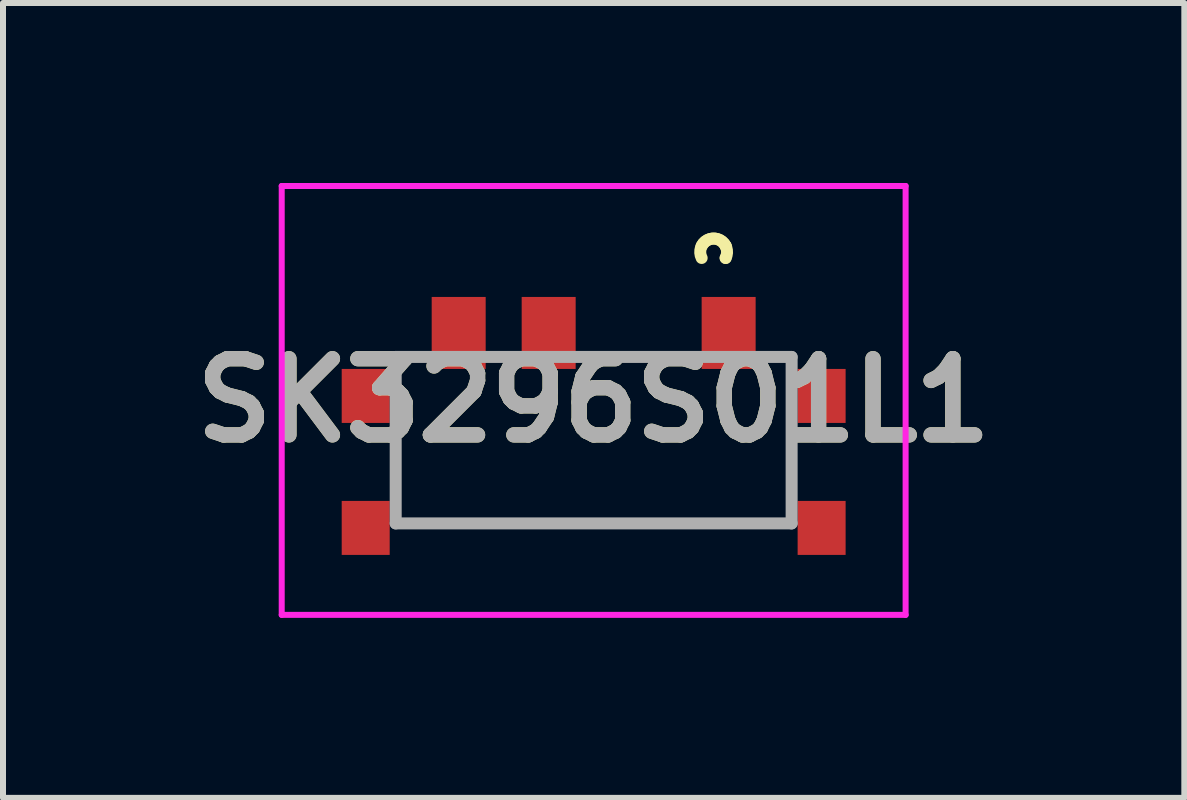
<source format=kicad_pcb>
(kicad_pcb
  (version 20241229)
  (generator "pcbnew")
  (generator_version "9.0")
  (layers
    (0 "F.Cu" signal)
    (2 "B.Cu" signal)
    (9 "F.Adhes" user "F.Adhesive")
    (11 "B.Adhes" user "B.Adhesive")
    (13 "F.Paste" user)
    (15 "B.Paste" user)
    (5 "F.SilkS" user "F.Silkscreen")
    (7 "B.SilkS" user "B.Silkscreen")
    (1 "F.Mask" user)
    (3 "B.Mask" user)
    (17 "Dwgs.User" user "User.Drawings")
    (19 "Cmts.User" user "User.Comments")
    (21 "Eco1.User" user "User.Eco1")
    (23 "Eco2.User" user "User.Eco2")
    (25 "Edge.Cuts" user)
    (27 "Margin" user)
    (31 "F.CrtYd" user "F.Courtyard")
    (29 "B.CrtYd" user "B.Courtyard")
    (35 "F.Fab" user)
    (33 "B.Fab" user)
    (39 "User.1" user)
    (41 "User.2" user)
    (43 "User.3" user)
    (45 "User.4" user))
  (footprint "SK3296S01L1"
    (layer "F.Cu")
    (at 6.846 3.4)
    (property "Reference" "SK3296S01L1" (at 0 0.225 0) (layer "F.SilkS") (effects (font (size 1.27 1.27) (thickness 0.254))))
    (attr through_hole)
    (fp_line (start -2.75 2.275) (end 2.75 2.275) (stroke (width 0.1) (type solid)) (layer "F.SilkS"))
    (fp_line (start 2.2 -2.35) (end 2.2 -2.35) (stroke (width 0.2) (type solid)) (layer "F.SilkS"))
    (fp_line (start 2.2 -2.15) (end 2.2 -2.15) (stroke (width 0.2) (type solid)) (layer "F.SilkS"))
    (fp_arc (start 1.8 -2.35) (mid 2.1 -2.45) (end 2.2 -2.15) (stroke (width 0.2) (type solid)) (layer "F.SilkS"))
    (fp_arc (start 1.8 -2.15) (mid 1.9 -2.45) (end 2.2 -2.35) (stroke (width 0.2) (type solid)) (layer "F.SilkS"))
    (fp_line (start -5.2 -3.35) (end -5.2 3.8) (stroke (width 0.1) (type solid)) (layer "F.CrtYd"))
    (fp_line (start -5.2 3.8) (end 5.2 3.8) (stroke (width 0.1) (type solid)) (layer "F.CrtYd"))
    (fp_line (start 5.2 -3.35) (end -5.2 -3.35) (stroke (width 0.1) (type solid)) (layer "F.CrtYd"))
    (fp_line (start 5.2 3.8) (end 5.2 -3.35) (stroke (width 0.1) (type solid)) (layer "F.CrtYd"))
    (fp_line (start -3.3 -0.5) (end 3.3 -0.5) (stroke (width 0.2) (type solid)) (layer "F.Fab"))
    (fp_line (start -3.3 2.275) (end -3.3 -0.5) (stroke (width 0.2) (type solid)) (layer "F.Fab"))
    (fp_line (start 3.3 -0.5) (end 3.3 2.275) (stroke (width 0.2) (type solid)) (layer "F.Fab"))
    (fp_line (start 3.3 2.275) (end -3.3 2.275) (stroke (width 0.2) (type solid)) (layer "F.Fab"))
    (fp_text user "${REFERENCE}" (at 0 0.225 0) (layer "F.Fab") (effects (font (size 1.27 1.27) (thickness 0.254))))
    (pad "" np_thru_hole circle (at -1.5 1.25) (size 0.001 0.001) (drill 0.9) (layers "*.Cu" "*.Mask"))
    (pad "" np_thru_hole circle (at 1.5 1.25) (size 0.001 0.001) (drill 0.9) (layers "*.Cu" "*.Mask"))
    (pad "1" smd rect (at 2.25 -0.9) (size 0.9 1.2) (layers "F.Cu" "F.Mask" "F.Paste"))
    (pad "2" smd rect (at -0.75 -0.9) (size 0.9 1.2) (layers "F.Cu" "F.Mask" "F.Paste"))
    (pad "3" smd rect (at -2.25 -0.9) (size 0.9 1.2) (layers "F.Cu" "F.Mask" "F.Paste"))
    (pad "MP1" smd rect (at -3.8 0.15) (size 0.8 0.9) (layers "F.Cu" "F.Mask" "F.Paste"))
    (pad "MP2" smd rect (at 3.8 0.15) (size 0.8 0.9) (layers "F.Cu" "F.Mask" "F.Paste"))
    (pad "MP3" smd rect (at 3.8 2.35) (size 0.8 0.9) (layers "F.Cu" "F.Mask" "F.Paste"))
    (pad "MP4" smd rect (at -3.8 2.35) (size 0.8 0.9) (layers "F.Cu" "F.Mask" "F.Paste")))
  (gr_rect
    (start -3 -3)
    (end 16.692 10.25)
    (stroke (width 0.1) (type default))
    (fill no)
    (layer "Edge.Cuts")))
</source>
